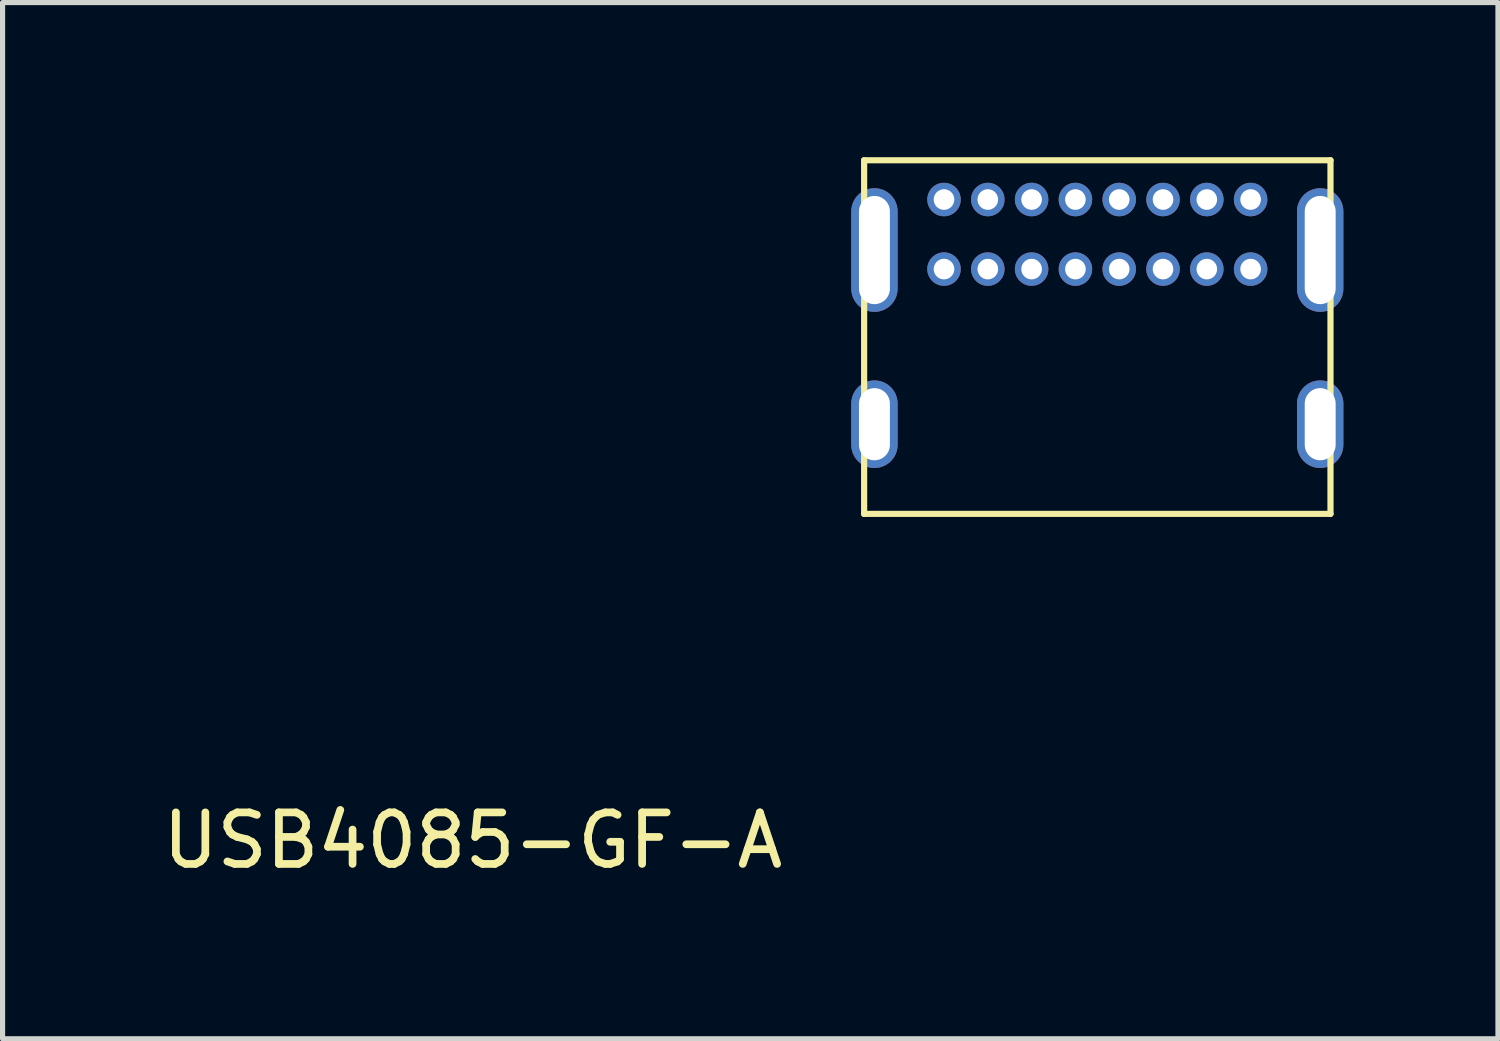
<source format=kicad_pcb>
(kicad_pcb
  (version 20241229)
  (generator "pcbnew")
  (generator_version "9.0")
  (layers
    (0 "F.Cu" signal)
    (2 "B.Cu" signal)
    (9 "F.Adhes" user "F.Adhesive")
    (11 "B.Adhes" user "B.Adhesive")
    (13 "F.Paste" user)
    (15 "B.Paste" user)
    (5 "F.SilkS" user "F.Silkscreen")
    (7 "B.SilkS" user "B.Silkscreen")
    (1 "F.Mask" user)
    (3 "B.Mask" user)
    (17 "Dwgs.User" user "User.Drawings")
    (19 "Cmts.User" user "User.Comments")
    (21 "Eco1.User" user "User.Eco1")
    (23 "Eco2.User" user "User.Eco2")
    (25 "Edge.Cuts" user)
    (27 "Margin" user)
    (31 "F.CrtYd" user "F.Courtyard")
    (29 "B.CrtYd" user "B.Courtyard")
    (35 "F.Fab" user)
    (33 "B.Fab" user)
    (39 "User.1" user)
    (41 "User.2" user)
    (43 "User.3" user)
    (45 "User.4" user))
  (footprint "USB4085-GF-A"
    (layer "F.Cu")
    (at 15.269 0.822)
    (property "Reference" "USB4085-GF-A" (at -9.144 12.438 0) (layer "F.SilkS") (effects (font (size 1 1) (thickness 0.15))))
    (attr through_hole)
    (fp_line (start -1.55 -0.762) (end -1.55 6.1) (stroke (width 0.12) (type solid)) (layer "F.SilkS"))
    (fp_line (start -1.55 6.1) (end 7.5 6.1) (stroke (width 0.12) (type solid)) (layer "F.SilkS"))
    (fp_line (start 7.5 -0.762) (end -1.55 -0.762) (stroke (width 0.12) (type solid)) (layer "F.SilkS"))
    (fp_line (start 7.5 6.1) (end 7.5 -0.762) (stroke (width 0.12) (type solid)) (layer "F.SilkS"))
    (pad "A1" thru_hole circle (at 0 0) (size 0.65 0.65) (drill 0.4) (layers "*.Cu" "*.Mask"))
    (pad "A4" thru_hole circle (at 0.85 0) (size 0.65 0.65) (drill 0.4) (layers "*.Cu" "*.Mask"))
    (pad "A5" thru_hole circle (at 1.7 0) (size 0.65 0.65) (drill 0.4) (layers "*.Cu" "*.Mask"))
    (pad "A6" thru_hole circle (at 2.55 0) (size 0.65 0.65) (drill 0.4) (layers "*.Cu" "*.Mask"))
    (pad "A7" thru_hole circle (at 3.4 0) (size 0.65 0.65) (drill 0.4) (layers "*.Cu" "*.Mask"))
    (pad "A8" thru_hole circle (at 4.25 0) (size 0.65 0.65) (drill 0.4) (layers "*.Cu" "*.Mask"))
    (pad "A9" thru_hole circle (at 5.1 0) (size 0.65 0.65) (drill 0.4) (layers "*.Cu" "*.Mask"))
    (pad "A12" thru_hole circle (at 5.95 0) (size 0.65 0.65) (drill 0.4) (layers "*.Cu" "*.Mask"))
    (pad "B1" thru_hole circle (at 5.95 1.35) (size 0.65 0.65) (drill 0.4) (layers "*.Cu" "*.Mask"))
    (pad "B4" thru_hole circle (at 5.1 1.35) (size 0.65 0.65) (drill 0.4) (layers "*.Cu" "*.Mask"))
    (pad "B5" thru_hole circle (at 4.25 1.35) (size 0.65 0.65) (drill 0.4) (layers "*.Cu" "*.Mask"))
    (pad "B6" thru_hole circle (at 3.4 1.35) (size 0.65 0.65) (drill 0.4) (layers "*.Cu" "*.Mask"))
    (pad "B7" thru_hole circle (at 2.55 1.35) (size 0.65 0.65) (drill 0.4) (layers "*.Cu" "*.Mask"))
    (pad "B8" thru_hole circle (at 1.7 1.35) (size 0.65 0.65) (drill 0.4) (layers "*.Cu" "*.Mask"))
    (pad "B9" thru_hole circle (at 0.85 1.35) (size 0.65 0.65) (drill 0.4) (layers "*.Cu" "*.Mask"))
    (pad "B12" thru_hole circle (at 0 1.35) (size 0.65 0.65) (drill 0.4) (layers "*.Cu" "*.Mask"))
    (pad "SH" thru_hole oval (at -1.35 0.98) (size 0.9 2.4) (drill oval 0.6 2.1) (layers "*.Cu" "*.Mask"))
    (pad "SH" thru_hole oval (at -1.35 4.36) (size 0.9 1.7) (drill oval 0.6 1.4) (layers "*.Cu" "*.Mask"))
    (pad "SH" thru_hole oval (at 7.3 0.98) (size 0.9 2.4) (drill oval 0.6 2.1) (layers "*.Cu" "*.Mask"))
    (pad "SH" thru_hole oval (at 7.3 4.36) (size 0.9 1.7) (drill oval 0.6 1.4) (layers "*.Cu" "*.Mask")))
  (gr_rect
    (start -3 -3)
    (end 26.019 17.108)
    (stroke (width 0.1) (type default))
    (fill no)
    (layer "Edge.Cuts")))
</source>
